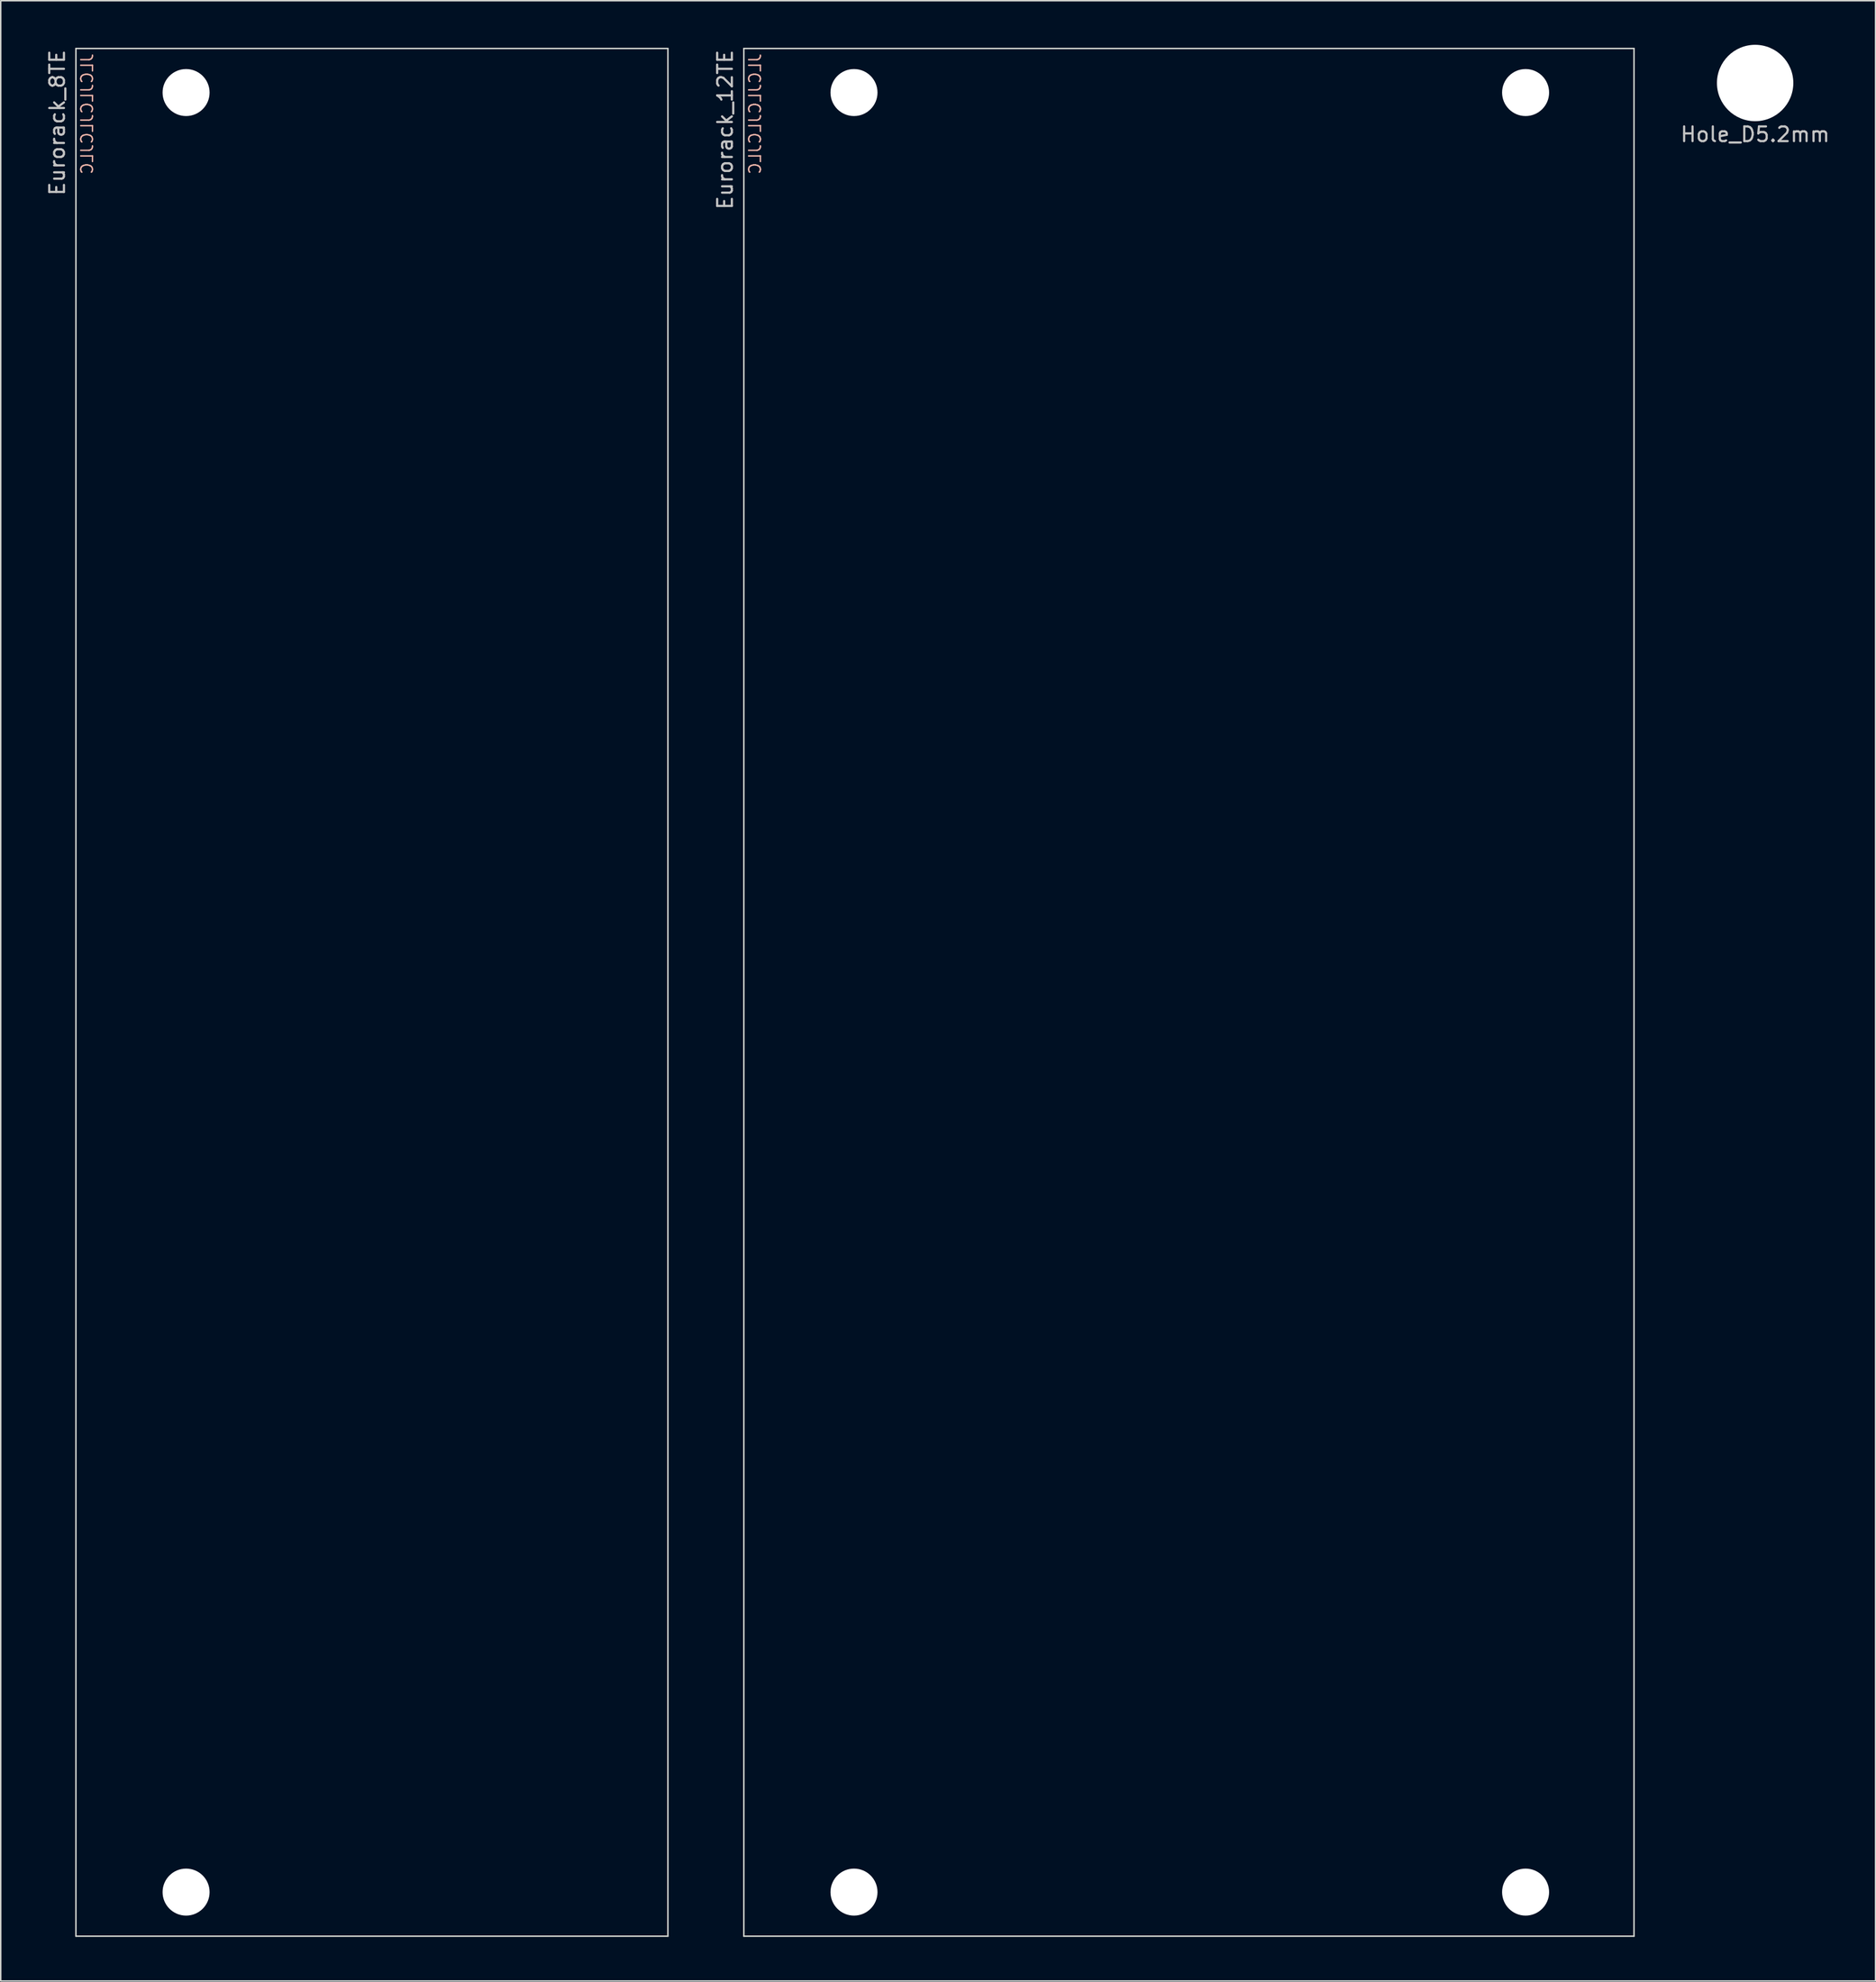
<source format=kicad_pcb>
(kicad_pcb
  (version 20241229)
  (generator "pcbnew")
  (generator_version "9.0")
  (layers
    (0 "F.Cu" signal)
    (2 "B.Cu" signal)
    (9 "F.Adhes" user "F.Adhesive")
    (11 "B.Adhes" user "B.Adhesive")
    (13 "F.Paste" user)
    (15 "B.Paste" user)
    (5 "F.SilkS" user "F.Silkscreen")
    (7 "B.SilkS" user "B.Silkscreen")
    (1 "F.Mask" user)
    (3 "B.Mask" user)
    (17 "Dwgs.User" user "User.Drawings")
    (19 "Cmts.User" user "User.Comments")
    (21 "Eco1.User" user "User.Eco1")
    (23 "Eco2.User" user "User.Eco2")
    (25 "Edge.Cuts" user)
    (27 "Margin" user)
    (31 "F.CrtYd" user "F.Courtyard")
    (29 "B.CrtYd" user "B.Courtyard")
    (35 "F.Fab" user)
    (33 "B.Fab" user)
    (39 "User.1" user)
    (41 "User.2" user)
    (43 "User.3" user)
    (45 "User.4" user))
  (footprint "Eurorack_8TE"
    (layer "F.Cu")
    (at 2.118 0.25)
    (property "Reference" "Eurorack_8TE" (at -1.27 0 90) (layer "Dwgs.User") (effects (font (size 1 1) (thickness 0.15)) (justify right)))
    (attr through_hole)
    (fp_line (start 0 0) (end 40.3 0) (stroke (width 0.1) (type solid)) (layer "Edge.Cuts"))
    (fp_line (start 0 128.5) (end 0 0) (stroke (width 0.1) (type solid)) (layer "Edge.Cuts"))
    (fp_line (start 0 128.5) (end 40.3 128.5) (stroke (width 0.1) (type solid)) (layer "Edge.Cuts"))
    (fp_line (start 40.3 0) (end 40.3 128.5) (stroke (width 0.1) (type solid)) (layer "Edge.Cuts"))
    (fp_text user "JLCJLCJLCJLC" (at 0.762 8.636 90) (layer "B.SilkS") (effects (font (size 0.8 0.8) (thickness 0.1)) (justify right mirror)))
    (pad "" np_thru_hole circle (at 7.5 3) (size 3.2 3.2) (drill 3.2) (layers "*.Cu" "*.Mask"))
    (pad "" np_thru_hole circle (at 7.5 125.5) (size 3.2 3.2) (drill 3.2) (layers "*.Cu" "*.Mask")))
  (footprint "Eurorack_12TE"
    (layer "F.Cu")
    (at 47.587 0.25)
    (property "Reference" "Eurorack_12TE" (at -1.27 0 90) (layer "Dwgs.User") (effects (font (size 1 1) (thickness 0.15)) (justify right)))
    (attr through_hole)
    (fp_line (start 0 0) (end 60.6 0) (stroke (width 0.1) (type solid)) (layer "Edge.Cuts"))
    (fp_line (start 0 128.5) (end 0 0) (stroke (width 0.1) (type solid)) (layer "Edge.Cuts"))
    (fp_line (start 0 128.5) (end 60.6 128.5) (stroke (width 0.1) (type solid)) (layer "Edge.Cuts"))
    (fp_line (start 60.6 0) (end 60.6 128.5) (stroke (width 0.1) (type solid)) (layer "Edge.Cuts"))
    (fp_text user "JLCJLCJLCJLC" (at 0.762 8.636 90) (layer "B.SilkS") (effects (font (size 0.8 0.8) (thickness 0.1)) (justify right mirror)))
    (pad "" np_thru_hole circle (at 7.5 3) (size 3.2 3.2) (drill 3.2) (layers "*.Cu" "*.Mask"))
    (pad "" np_thru_hole circle (at 7.5 125.5) (size 3.2 3.2) (drill 3.2) (layers "*.Cu" "*.Mask"))
    (pad "" np_thru_hole circle (at 53.22 3) (size 3.2 3.2) (drill 3.2) (layers "*.Cu" "*.Mask"))
    (pad "" np_thru_hole circle (at 53.22 125.5) (size 3.2 3.2) (drill 3.2) (layers "*.Cu" "*.Mask")))
  (footprint "Hole_D5.2mm"
    (layer "F.Cu")
    (at 116.433 2.6)
    (property "Reference" "Hole_D5.2mm" (at 0 3.5 0) (layer "Dwgs.User") (effects (font (size 1 1) (thickness 0.15))))
    (attr through_hole)
    (pad "" np_thru_hole circle (at 0 0) (size 5.2 5.2) (drill 5.2) (layers "*.Cu" "*.Mask")))
  (gr_rect
    (start -3 -3)
    (end 124.629 131.8)
    (stroke (width 0.1) (type default))
    (fill no)
    (layer "Edge.Cuts")))
</source>
